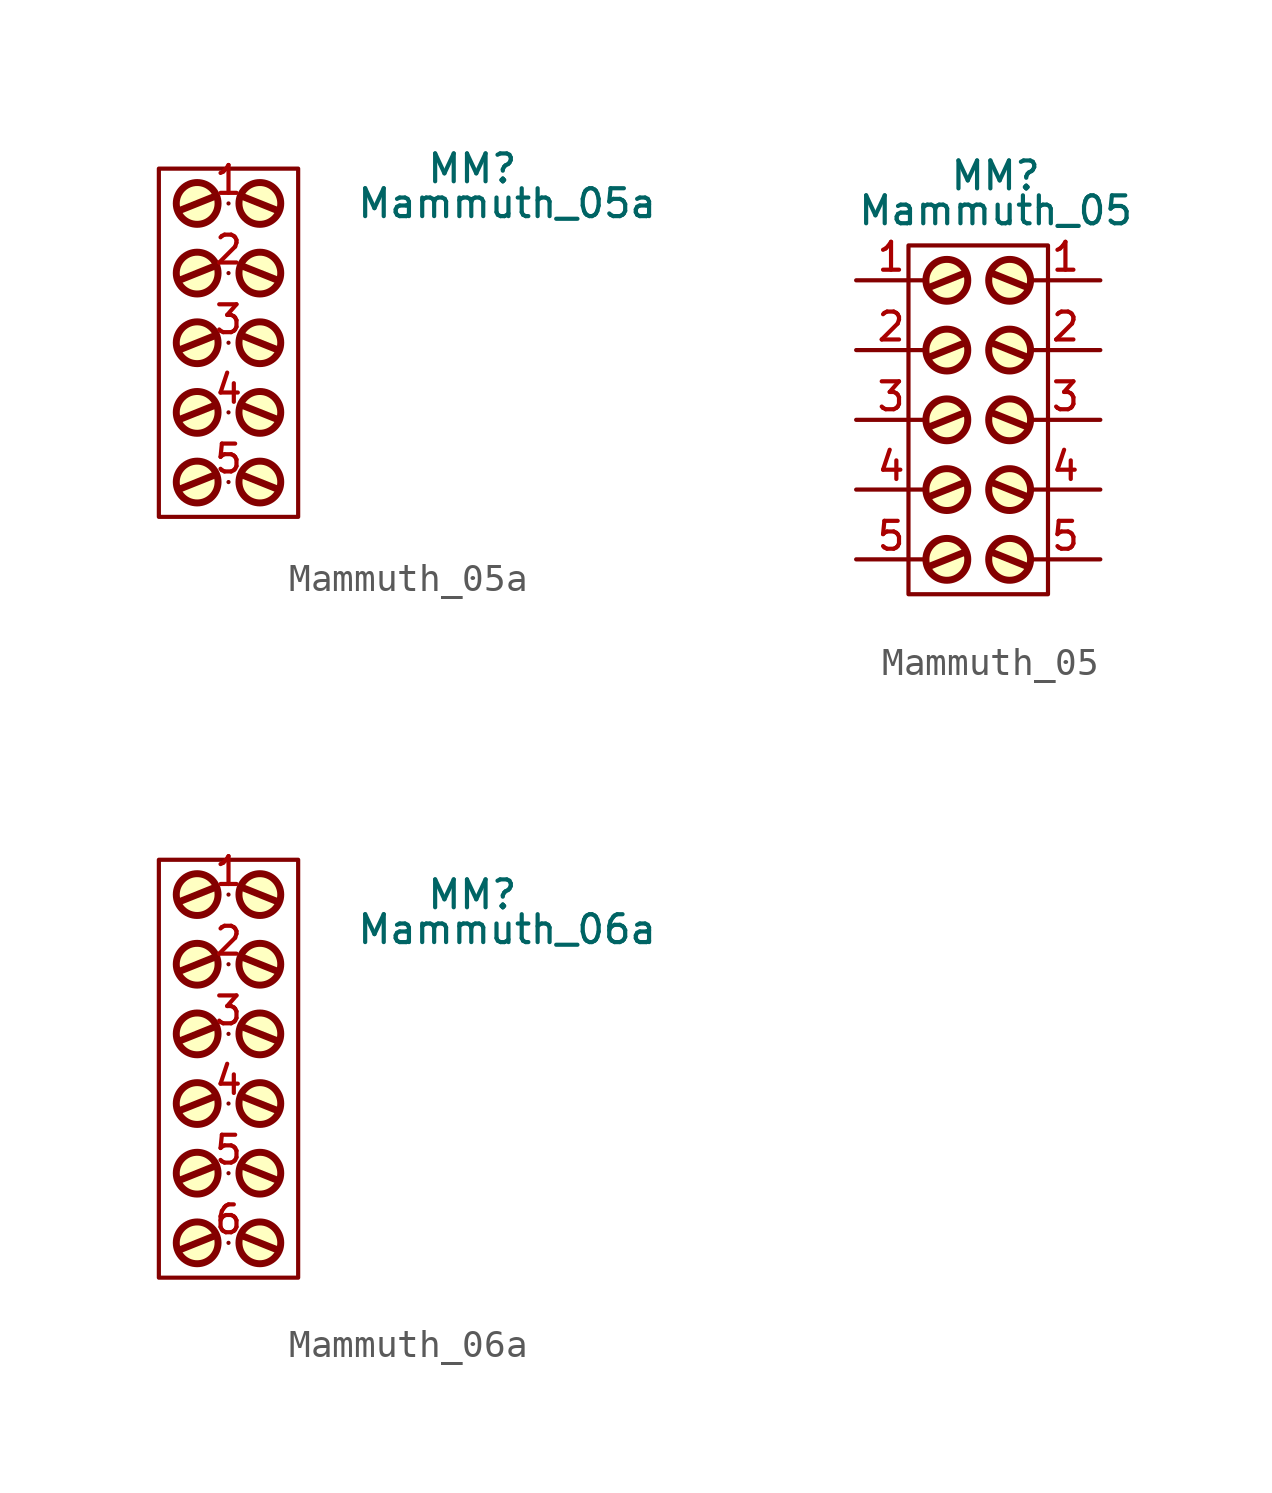
<source format=kicad_sym>
(kicad_symbol_lib
  (version 20211014)
  (generator kicad_symbol_editor)
  (symbol "Mammuth_05a"
    (pin_names
      (offset 0.762) hide)
    (property "Reference" "MM"
      (at 8.89 6.35 0)
      (effects (font (size 1.016 1.016))))
    (property "Value" "Mammuth_05a"
      (at 10.16 5.08 0)
      (effects (font (size 1.016 1.016))))
    (property "Footprint" ""
      (at 0.635 1.27 0)
      (effects (font (size 1.524 1.524))))
    (property "Datasheet" ""
      (at 0.635 1.27 0)
      (effects (font (size 1.524 1.524))))
    (symbol "Mammuth_05a_0_1"
      (circle (center -1.143 -5.08) (radius 0.762) (stroke (width 0.254) (type default) (color 0 0 0 0)) (fill (type background)))
      (circle (center -1.143 -2.54) (radius 0.762) (stroke (width 0.254) (type default) (color 0 0 0 0)) (fill (type background)))
      (circle (center -1.143 0) (radius 0.762) (stroke (width 0.254) (type default) (color 0 0 0 0)) (fill (type background)))
      (circle (center -1.143 2.54) (radius 0.762) (stroke (width 0.254) (type default) (color 0 0 0 0)) (fill (type background)))
      (circle (center -1.143 5.08) (radius 0.762) (stroke (width 0.254) (type default) (color 0 0 0 0)) (fill (type background)))
      (polyline (pts (xy -0.508 -4.826) (xy -1.778 -5.334)) (stroke (width 0.254) (type default) (color 0 0 0 0)) (fill (type none)))
      (polyline (pts (xy -0.508 -2.286) (xy -1.778 -2.794)) (stroke (width 0.254) (type default) (color 0 0 0 0)) (fill (type none)))
      (polyline (pts (xy -0.508 0.254) (xy -1.778 -0.254)) (stroke (width 0.254) (type default) (color 0 0 0 0)) (fill (type none)))
      (polyline (pts (xy -0.508 2.794) (xy -1.778 2.286)) (stroke (width 0.254) (type default) (color 0 0 0 0)) (fill (type none)))
      (polyline (pts (xy -0.508 5.334) (xy -1.778 4.826)) (stroke (width 0.254) (type default) (color 0 0 0 0)) (fill (type none)))
      (polyline (pts (xy 0.508 -4.826) (xy 1.778 -5.334)) (stroke (width 0.254) (type default) (color 0 0 0 0)) (fill (type none)))
      (polyline (pts (xy 0.508 -2.286) (xy 1.778 -2.794)) (stroke (width 0.254) (type default) (color 0 0 0 0)) (fill (type none)))
      (polyline (pts (xy 0.508 0.254) (xy 1.778 -0.254)) (stroke (width 0.254) (type default) (color 0 0 0 0)) (fill (type none)))
      (polyline (pts (xy 0.508 2.794) (xy 1.778 2.286)) (stroke (width 0.254) (type default) (color 0 0 0 0)) (fill (type none)))
      (polyline (pts (xy 0.508 5.334) (xy 1.778 4.826)) (stroke (width 0.254) (type default) (color 0 0 0 0)) (fill (type none)))
      (polyline (pts (xy -2.54 6.35) (xy 2.54 6.35) (xy 2.54 -6.35) (xy -2.54 -6.35) (xy -2.54 6.35)) (stroke (width 0) (type default) (color 0 0 0 0)) (fill (type none)))
      (circle (center 1.143 -5.08) (radius 0.762) (stroke (width 0.254) (type default) (color 0 0 0 0)) (fill (type background)))
      (circle (center 1.143 -2.54) (radius 0.762) (stroke (width 0.254) (type default) (color 0 0 0 0)) (fill (type background)))
      (circle (center 1.143 0) (radius 0.762) (stroke (width 0.254) (type default) (color 0 0 0 0)) (fill (type background)))
      (circle (center 1.143 2.54) (radius 0.762) (stroke (width 0.254) (type default) (color 0 0 0 0)) (fill (type background)))
      (circle (center 1.143 5.08) (radius 0.762) (stroke (width 0.254) (type default) (color 0 0 0 0)) (fill (type background))))
    (symbol "Mammuth_05a_1_1"
      (pin passive line (at 0 5.08 0) (length 0) (name "1" (effects (font (size 1.016 1.016)))) (number "1" (effects (font (size 1.016 1.016)))))
      (pin passive line (at 0 2.54 0) (length 0) (name "2" (effects (font (size 1.016 1.016)))) (number "2" (effects (font (size 1.016 1.016)))))
      (pin passive line (at 0 0 0) (length 0) (name "3" (effects (font (size 1.016 1.016)))) (number "3" (effects (font (size 1.016 1.016)))))
      (pin passive line (at 0 -2.54 0) (length 0) (name "4" (effects (font (size 1.016 1.016)))) (number "4" (effects (font (size 1.016 1.016)))))
      (pin passive line (at 0 -5.08 0) (length 0) (name "5" (effects (font (size 1.016 1.016)))) (number "5" (effects (font (size 1.016 1.016)))))))
  (symbol "Mammuth_05"
    (pin_names
      (offset 0.762) hide)
    (property "Reference" "MM"
      (at 5.08 3.81 0)
      (effects (font (size 1.016 1.016))))
    (property "Value" "Mammuth_05"
      (at 5.08 2.54 0)
      (effects (font (size 1.016 1.016))))
    (property "Footprint" ""
      (at 5.08 -3.81 0)
      (effects (font (size 1.524 1.524))))
    (property "Datasheet" ""
      (at 5.08 -3.81 0)
      (effects (font (size 1.524 1.524))))
    (symbol "Mammuth_05_0_1"
      (polyline (pts (xy 3.937 -9.906) (xy 2.667 -10.414)) (stroke (width 0.254) (type default) (color 0 0 0 0)) (fill (type none)))
      (polyline (pts (xy 3.937 -7.366) (xy 2.667 -7.874)) (stroke (width 0.254) (type default) (color 0 0 0 0)) (fill (type none)))
      (polyline (pts (xy 3.937 -4.826) (xy 2.667 -5.334)) (stroke (width 0.254) (type default) (color 0 0 0 0)) (fill (type none)))
      (polyline (pts (xy 3.937 -2.286) (xy 2.667 -2.794)) (stroke (width 0.254) (type default) (color 0 0 0 0)) (fill (type none)))
      (polyline (pts (xy 3.937 0.254) (xy 2.667 -0.254)) (stroke (width 0.254) (type default) (color 0 0 0 0)) (fill (type none)))
      (polyline (pts (xy 4.953 -9.906) (xy 6.223 -10.414)) (stroke (width 0.254) (type default) (color 0 0 0 0)) (fill (type none)))
      (polyline (pts (xy 4.953 -7.366) (xy 6.223 -7.874)) (stroke (width 0.254) (type default) (color 0 0 0 0)) (fill (type none)))
      (polyline (pts (xy 4.953 -4.826) (xy 6.223 -5.334)) (stroke (width 0.254) (type default) (color 0 0 0 0)) (fill (type none)))
      (polyline (pts (xy 4.953 -2.286) (xy 6.223 -2.794)) (stroke (width 0.254) (type default) (color 0 0 0 0)) (fill (type none)))
      (polyline (pts (xy 4.953 0.254) (xy 6.223 -0.254)) (stroke (width 0.254) (type default) (color 0 0 0 0)) (fill (type none)))
      (polyline (pts (xy 1.905 1.27) (xy 6.985 1.27) (xy 6.985 -11.43) (xy 1.905 -11.43) (xy 1.905 1.27)) (stroke (width 0) (type default) (color 0 0 0 0)) (fill (type none)))
      (circle (center 3.302 -10.16) (radius 0.762) (stroke (width 0.254) (type default) (color 0 0 0 0)) (fill (type background)))
      (circle (center 3.302 -7.62) (radius 0.762) (stroke (width 0.254) (type default) (color 0 0 0 0)) (fill (type background)))
      (circle (center 3.302 -5.08) (radius 0.762) (stroke (width 0.254) (type default) (color 0 0 0 0)) (fill (type background)))
      (circle (center 3.302 -2.54) (radius 0.762) (stroke (width 0.254) (type default) (color 0 0 0 0)) (fill (type background)))
      (circle (center 3.302 0) (radius 0.762) (stroke (width 0.254) (type default) (color 0 0 0 0)) (fill (type background)))
      (circle (center 5.588 -10.16) (radius 0.762) (stroke (width 0.254) (type default) (color 0 0 0 0)) (fill (type background)))
      (circle (center 5.588 -7.62) (radius 0.762) (stroke (width 0.254) (type default) (color 0 0 0 0)) (fill (type background)))
      (circle (center 5.588 -5.08) (radius 0.762) (stroke (width 0.254) (type default) (color 0 0 0 0)) (fill (type background)))
      (circle (center 5.588 -2.54) (radius 0.762) (stroke (width 0.254) (type default) (color 0 0 0 0)) (fill (type background)))
      (circle (center 5.588 0) (radius 0.762) (stroke (width 0.254) (type default) (color 0 0 0 0)) (fill (type background)))
      (pin passive line (at 8.89 0 180) (length 2.54) (name "1" (effects (font (size 1.016 1.016)))) (number "1" (effects (font (size 1.016 1.016)))))
      (pin passive line (at 8.89 -2.54 180) (length 2.54) (name "2" (effects (font (size 1.016 1.016)))) (number "2" (effects (font (size 1.016 1.016)))))
      (pin passive line (at 8.89 -5.08 180) (length 2.54) (name "3" (effects (font (size 1.016 1.016)))) (number "3" (effects (font (size 1.016 1.016)))))
      (pin passive line (at 8.89 -7.62 180) (length 2.54) (name "4" (effects (font (size 1.016 1.016)))) (number "4" (effects (font (size 1.016 1.016)))))
      (pin passive line (at 8.89 -10.16 180) (length 2.54) (name "5" (effects (font (size 1.016 1.016)))) (number "5" (effects (font (size 1.016 1.016))))))
    (symbol "Mammuth_05_1_1"
      (pin passive line (at 0 0 0) (length 2.54) (name "1" (effects (font (size 1.016 1.016)))) (number "1" (effects (font (size 1.016 1.016)))))
      (pin passive line (at 0 -2.54 0) (length 2.54) (name "2" (effects (font (size 1.016 1.016)))) (number "2" (effects (font (size 1.016 1.016)))))
      (pin passive line (at 0 -5.08 0) (length 2.54) (name "3" (effects (font (size 1.016 1.016)))) (number "3" (effects (font (size 1.016 1.016)))))
      (pin passive line (at 0 -7.62 0) (length 2.54) (name "4" (effects (font (size 1.016 1.016)))) (number "4" (effects (font (size 1.016 1.016)))))
      (pin passive line (at 0 -10.16 0) (length 2.54) (name "5" (effects (font (size 1.016 1.016)))) (number "5" (effects (font (size 1.016 1.016)))))))
  (symbol "Mammuth_06a"
    (pin_names
      (offset 0.762) hide)
    (property "Reference" "MM"
      (at 8.89 6.35 0)
      (effects (font (size 1.016 1.016))))
    (property "Value" "Mammuth_06a"
      (at 10.16 5.08 0)
      (effects (font (size 1.016 1.016))))
    (property "Footprint" ""
      (at 0.635 2.54 0)
      (effects (font (size 1.524 1.524))))
    (property "Datasheet" ""
      (at 0.635 2.54 0)
      (effects (font (size 1.524 1.524))))
    (symbol "Mammuth_06a_0_1"
      (circle (center -1.143 -6.35) (radius 0.762) (stroke (width 0.254) (type default) (color 0 0 0 0)) (fill (type background)))
      (circle (center -1.143 -3.81) (radius 0.762) (stroke (width 0.254) (type default) (color 0 0 0 0)) (fill (type background)))
      (circle (center -1.143 -1.27) (radius 0.762) (stroke (width 0.254) (type default) (color 0 0 0 0)) (fill (type background)))
      (circle (center -1.143 1.27) (radius 0.762) (stroke (width 0.254) (type default) (color 0 0 0 0)) (fill (type background)))
      (circle (center -1.143 3.81) (radius 0.762) (stroke (width 0.254) (type default) (color 0 0 0 0)) (fill (type background)))
      (circle (center -1.143 6.35) (radius 0.762) (stroke (width 0.254) (type default) (color 0 0 0 0)) (fill (type background)))
      (polyline (pts (xy -0.508 -6.096) (xy -1.778 -6.604)) (stroke (width 0.254) (type default) (color 0 0 0 0)) (fill (type none)))
      (polyline (pts (xy -0.508 -3.556) (xy -1.778 -4.064)) (stroke (width 0.254) (type default) (color 0 0 0 0)) (fill (type none)))
      (polyline (pts (xy -0.508 -1.016) (xy -1.778 -1.524)) (stroke (width 0.254) (type default) (color 0 0 0 0)) (fill (type none)))
      (polyline (pts (xy -0.508 1.524) (xy -1.778 1.016)) (stroke (width 0.254) (type default) (color 0 0 0 0)) (fill (type none)))
      (polyline (pts (xy -0.508 4.064) (xy -1.778 3.556)) (stroke (width 0.254) (type default) (color 0 0 0 0)) (fill (type none)))
      (polyline (pts (xy -0.508 6.604) (xy -1.778 6.096)) (stroke (width 0.254) (type default) (color 0 0 0 0)) (fill (type none)))
      (polyline (pts (xy 0.508 -6.096) (xy 1.778 -6.604)) (stroke (width 0.254) (type default) (color 0 0 0 0)) (fill (type none)))
      (polyline (pts (xy 0.508 -3.556) (xy 1.778 -4.064)) (stroke (width 0.254) (type default) (color 0 0 0 0)) (fill (type none)))
      (polyline (pts (xy 0.508 -1.016) (xy 1.778 -1.524)) (stroke (width 0.254) (type default) (color 0 0 0 0)) (fill (type none)))
      (polyline (pts (xy 0.508 1.524) (xy 1.778 1.016)) (stroke (width 0.254) (type default) (color 0 0 0 0)) (fill (type none)))
      (polyline (pts (xy 0.508 4.064) (xy 1.778 3.556)) (stroke (width 0.254) (type default) (color 0 0 0 0)) (fill (type none)))
      (polyline (pts (xy 0.508 6.604) (xy 1.778 6.096)) (stroke (width 0.254) (type default) (color 0 0 0 0)) (fill (type none)))
      (polyline (pts (xy -2.54 7.62) (xy 2.54 7.62) (xy 2.54 -7.62) (xy -2.54 -7.62) (xy -2.54 7.62)) (stroke (width 0) (type default) (color 0 0 0 0)) (fill (type none)))
      (circle (center 1.143 -6.35) (radius 0.762) (stroke (width 0.254) (type default) (color 0 0 0 0)) (fill (type background)))
      (circle (center 1.143 -3.81) (radius 0.762) (stroke (width 0.254) (type default) (color 0 0 0 0)) (fill (type background)))
      (circle (center 1.143 -1.27) (radius 0.762) (stroke (width 0.254) (type default) (color 0 0 0 0)) (fill (type background)))
      (circle (center 1.143 1.27) (radius 0.762) (stroke (width 0.254) (type default) (color 0 0 0 0)) (fill (type background)))
      (circle (center 1.143 3.81) (radius 0.762) (stroke (width 0.254) (type default) (color 0 0 0 0)) (fill (type background)))
      (circle (center 1.143 6.35) (radius 0.762) (stroke (width 0.254) (type default) (color 0 0 0 0)) (fill (type background))))
    (symbol "Mammuth_06a_1_1"
      (pin passive line (at 0 6.35 0) (length 0) (name "1" (effects (font (size 1.016 1.016)))) (number "1" (effects (font (size 1.016 1.016)))))
      (pin passive line (at 0 3.81 0) (length 0) (name "2" (effects (font (size 1.016 1.016)))) (number "2" (effects (font (size 1.016 1.016)))))
      (pin passive line (at 0 1.27 0) (length 0) (name "3" (effects (font (size 1.016 1.016)))) (number "3" (effects (font (size 1.016 1.016)))))
      (pin passive line (at 0 -1.27 0) (length 0) (name "4" (effects (font (size 1.016 1.016)))) (number "4" (effects (font (size 1.016 1.016)))))
      (pin passive line (at 0 -3.81 0) (length 0) (name "5" (effects (font (size 1.016 1.016)))) (number "5" (effects (font (size 1.016 1.016)))))
      (pin passive line (at 0 -6.35 0) (length 0) (name "6" (effects (font (size 1.016 1.016)))) (number "6" (effects (font (size 1.016 1.016))))))))
</source>
